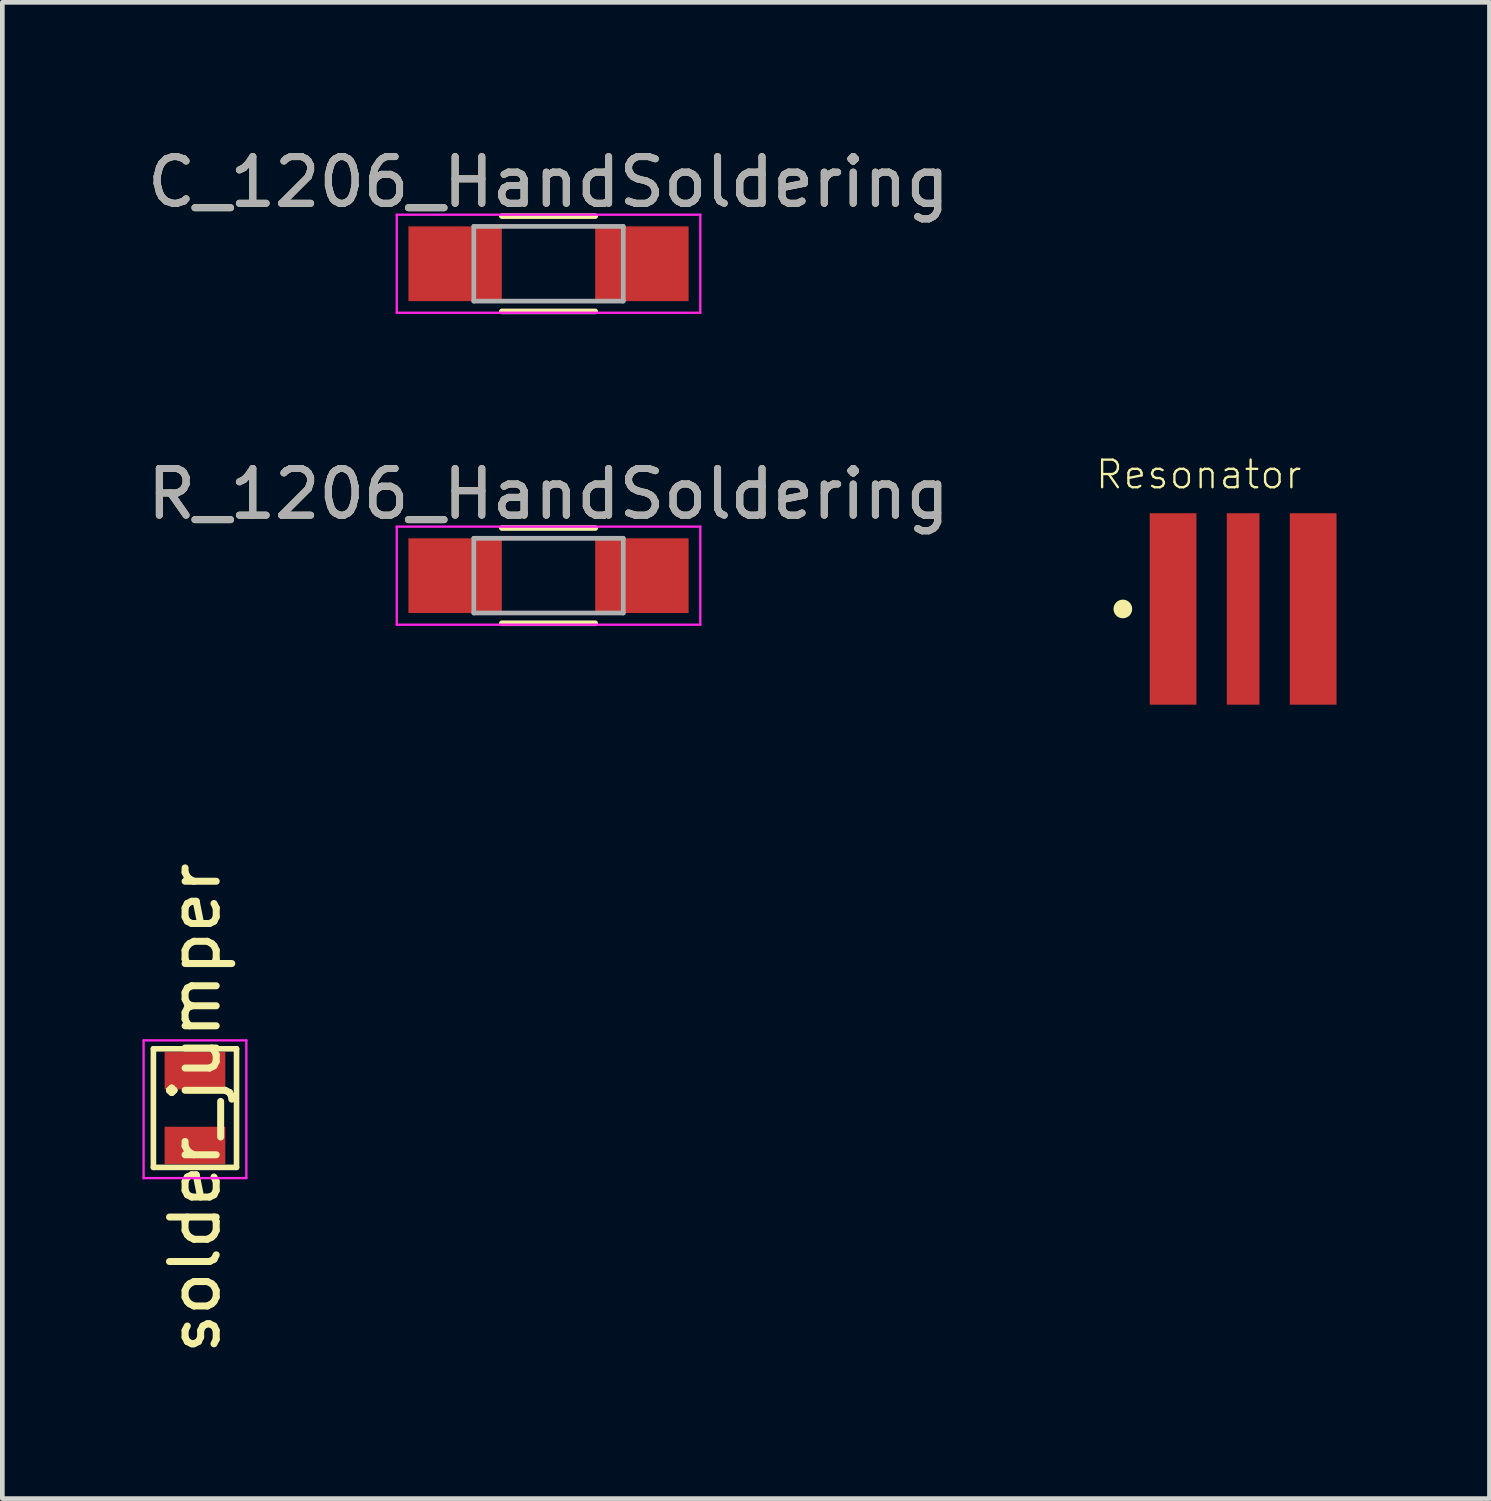
<source format=kicad_pcb>
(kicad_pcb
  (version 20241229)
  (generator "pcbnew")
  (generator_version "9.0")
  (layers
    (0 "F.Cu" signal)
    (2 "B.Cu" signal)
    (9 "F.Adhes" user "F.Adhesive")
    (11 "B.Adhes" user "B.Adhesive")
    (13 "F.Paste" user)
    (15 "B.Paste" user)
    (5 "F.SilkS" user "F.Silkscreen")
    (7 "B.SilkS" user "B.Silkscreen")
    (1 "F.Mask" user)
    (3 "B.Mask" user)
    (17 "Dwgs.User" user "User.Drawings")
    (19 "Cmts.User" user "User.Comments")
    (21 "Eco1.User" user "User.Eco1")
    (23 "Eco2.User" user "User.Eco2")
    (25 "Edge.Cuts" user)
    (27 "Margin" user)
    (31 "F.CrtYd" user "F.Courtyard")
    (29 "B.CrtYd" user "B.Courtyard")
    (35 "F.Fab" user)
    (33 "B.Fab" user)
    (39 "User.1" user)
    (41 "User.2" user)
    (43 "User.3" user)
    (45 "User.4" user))
  (footprint "R_1206_HandSoldering"
    (layer "F.Cu")
    (at 8.696 9.277)
    (property "Reference" "R_1206_HandSoldering" (at 0 -1.75 0) (layer "F.SilkS") (effects (font (size 1 1) (thickness 0.15))))
    (attr smd)
    (fp_line (start -1 1.02) (end 1 1.02) (stroke (width 0.12) (type solid)) (layer "F.SilkS"))
    (fp_line (start 1 -1.02) (end -1 -1.02) (stroke (width 0.12) (type solid)) (layer "F.SilkS"))
    (fp_line (start -3.25 -1.05) (end -3.25 1.05) (stroke (width 0.05) (type solid)) (layer "F.CrtYd"))
    (fp_line (start -3.25 -1.05) (end 3.25 -1.05) (stroke (width 0.05) (type solid)) (layer "F.CrtYd"))
    (fp_line (start 3.25 1.05) (end -3.25 1.05) (stroke (width 0.05) (type solid)) (layer "F.CrtYd"))
    (fp_line (start 3.25 1.05) (end 3.25 -1.05) (stroke (width 0.05) (type solid)) (layer "F.CrtYd"))
    (fp_line (start -1.6 -0.8) (end 1.6 -0.8) (stroke (width 0.1) (type solid)) (layer "F.Fab"))
    (fp_line (start -1.6 0.8) (end -1.6 -0.8) (stroke (width 0.1) (type solid)) (layer "F.Fab"))
    (fp_line (start 1.6 -0.8) (end 1.6 0.8) (stroke (width 0.1) (type solid)) (layer "F.Fab"))
    (fp_line (start 1.6 0.8) (end -1.6 0.8) (stroke (width 0.1) (type solid)) (layer "F.Fab"))
    (fp_text user "${REFERENCE}" (at 0 -1.75 0) (layer "F.Fab") (effects (font (size 1 1) (thickness 0.15))))
    (pad "1" smd rect (at -2 0) (size 2 1.6) (layers "F.Cu" "F.Mask" "F.Paste"))
    (pad "2" smd rect (at 2 0) (size 2 1.6) (layers "F.Cu" "F.Mask" "F.Paste")))
  (footprint "Resonator"
    (layer "F.Cu")
    (at 23.57 9.99)
    (property "Reference" "Resonator" (at -0.951 -2.878 0) (layer "F.SilkS") (effects (font (size 0.591 0.591) (thickness 0.05))))
    (attr smd)
    (fp_circle (center -2.576 0) (end -2.476 0) (stroke (width 0.2) (type solid)) (fill no) (layer "F.SilkS"))
    (fp_line (start -2.25 -2.3) (end 2.25 -2.3) (stroke (width 0.05) (type solid)) (layer "Eco1.User"))
    (fp_line (start -2.25 2.3) (end -2.25 -2.3) (stroke (width 0.05) (type solid)) (layer "Eco1.User"))
    (fp_line (start 2.25 -2.3) (end 2.25 2.3) (stroke (width 0.05) (type solid)) (layer "Eco1.User"))
    (fp_line (start 2.25 2.3) (end -2.25 2.3) (stroke (width 0.05) (type solid)) (layer "Eco1.User"))
    (fp_line (start -1.85 -1.55) (end 1.85 -1.55) (stroke (width 0.127) (type solid)) (layer "Eco2.User"))
    (fp_line (start -1.85 1.55) (end -1.85 -1.55) (stroke (width 0.127) (type solid)) (layer "Eco2.User"))
    (fp_line (start 1.85 -1.55) (end 1.85 1.55) (stroke (width 0.127) (type solid)) (layer "Eco2.User"))
    (fp_line (start 1.85 1.55) (end -1.85 1.55) (stroke (width 0.127) (type solid)) (layer "Eco2.User"))
    (fp_circle (center -2.576 -0.004) (end -2.476 -0.004) (stroke (width 0.2) (type solid)) (fill no) (layer "Eco2.User"))
    (pad "1" smd rect (at -1.5 0 90) (size 4.1 1) (layers "F.Cu" "F.Mask" "F.Paste"))
    (pad "2" smd rect (at 0 0 90) (size 4.1 0.7) (layers "F.Cu" "F.Mask" "F.Paste"))
    (pad "3" smd rect (at 1.5 0 90) (size 4.1 1) (layers "F.Cu" "F.Mask" "F.Paste")))
  (footprint "solder_jumper"
    (layer "F.Cu")
    (at 1.125 20.678)
    (property "Reference" "solder_jumper" (at 0 0 90) (layer "F.SilkS") (effects (font (size 1 1) (thickness 0.15))))
    (attr smd)
    (fp_line (start -0.89 -1.27) (end -0.89 1.27) (stroke (width 0.12) (type solid)) (layer "F.SilkS"))
    (fp_line (start -0.89 -1.27) (end 0.89 -1.27) (stroke (width 0.12) (type solid)) (layer "F.SilkS"))
    (fp_line (start 0.89 1.27) (end -0.89 1.27) (stroke (width 0.12) (type solid)) (layer "F.SilkS"))
    (fp_line (start 0.89 1.27) (end 0.89 -1.27) (stroke (width 0.12) (type solid)) (layer "F.SilkS"))
    (fp_line (start -1.1 -1.45) (end 1.1 -1.45) (stroke (width 0.05) (type solid)) (layer "F.CrtYd"))
    (fp_line (start -1.1 1.5) (end -1.1 -1.45) (stroke (width 0.05) (type solid)) (layer "F.CrtYd"))
    (fp_line (start 1.1 -1.45) (end 1.1 1.5) (stroke (width 0.05) (type solid)) (layer "F.CrtYd"))
    (fp_line (start 1.1 1.5) (end -1.1 1.5) (stroke (width 0.05) (type solid)) (layer "F.CrtYd"))
    (pad "1" smd rect (at 0 -0.8) (size 1.3 0.8) (layers "F.Cu" "F.Mask" "F.Paste"))
    (pad "2" smd rect (at 0 0.8) (size 1.3 0.8) (layers "F.Cu" "F.Mask" "F.Paste")))
  (footprint "C_1206_HandSoldering"
    (layer "F.Cu")
    (at 8.696 2.598)
    (property "Reference" "C_1206_HandSoldering" (at 0 -1.75 0) (layer "F.SilkS") (effects (font (size 1 1) (thickness 0.15))))
    (attr smd)
    (fp_line (start -1 1.02) (end 1 1.02) (stroke (width 0.12) (type solid)) (layer "F.SilkS"))
    (fp_line (start 1 -1.02) (end -1 -1.02) (stroke (width 0.12) (type solid)) (layer "F.SilkS"))
    (fp_line (start -3.25 -1.05) (end -3.25 1.05) (stroke (width 0.05) (type solid)) (layer "F.CrtYd"))
    (fp_line (start -3.25 -1.05) (end 3.25 -1.05) (stroke (width 0.05) (type solid)) (layer "F.CrtYd"))
    (fp_line (start 3.25 1.05) (end -3.25 1.05) (stroke (width 0.05) (type solid)) (layer "F.CrtYd"))
    (fp_line (start 3.25 1.05) (end 3.25 -1.05) (stroke (width 0.05) (type solid)) (layer "F.CrtYd"))
    (fp_line (start -1.6 -0.8) (end 1.6 -0.8) (stroke (width 0.1) (type solid)) (layer "F.Fab"))
    (fp_line (start -1.6 0.8) (end -1.6 -0.8) (stroke (width 0.1) (type solid)) (layer "F.Fab"))
    (fp_line (start 1.6 -0.8) (end 1.6 0.8) (stroke (width 0.1) (type solid)) (layer "F.Fab"))
    (fp_line (start 1.6 0.8) (end -1.6 0.8) (stroke (width 0.1) (type solid)) (layer "F.Fab"))
    (fp_text user "${REFERENCE}" (at 0 -1.75 0) (layer "F.Fab") (effects (font (size 1 1) (thickness 0.15))))
    (pad "1" smd rect (at -2 0) (size 2 1.6) (layers "F.Cu" "F.Mask" "F.Paste"))
    (pad "2" smd rect (at 2 0) (size 2 1.6) (layers "F.Cu" "F.Mask" "F.Paste")))
  (gr_rect
    (start -3 -3)
    (end 28.845 29.041)
    (stroke (width 0.1) (type default))
    (fill no)
    (layer "Edge.Cuts")))
</source>
